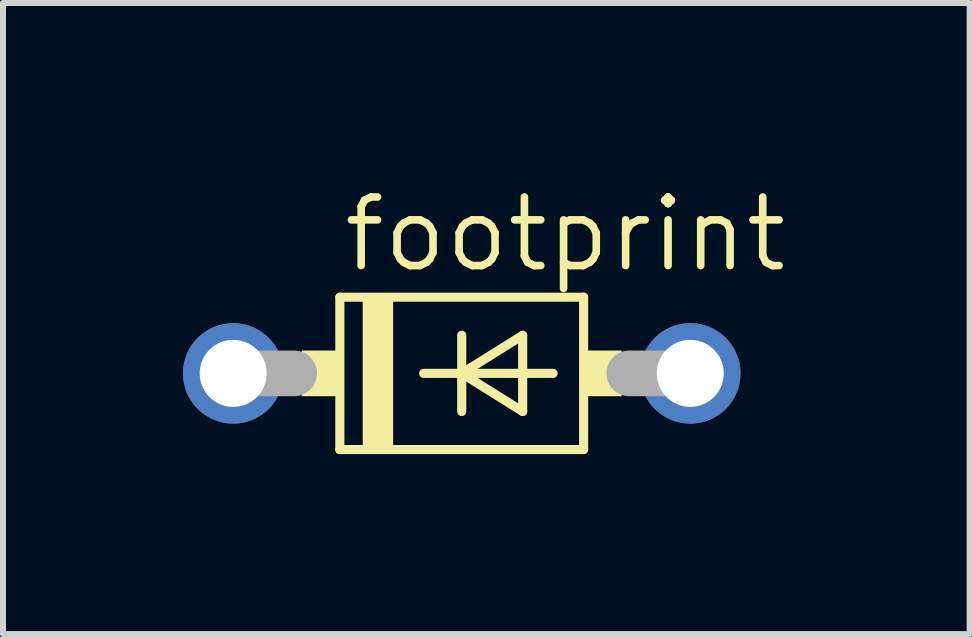
<source format=kicad_pcb>
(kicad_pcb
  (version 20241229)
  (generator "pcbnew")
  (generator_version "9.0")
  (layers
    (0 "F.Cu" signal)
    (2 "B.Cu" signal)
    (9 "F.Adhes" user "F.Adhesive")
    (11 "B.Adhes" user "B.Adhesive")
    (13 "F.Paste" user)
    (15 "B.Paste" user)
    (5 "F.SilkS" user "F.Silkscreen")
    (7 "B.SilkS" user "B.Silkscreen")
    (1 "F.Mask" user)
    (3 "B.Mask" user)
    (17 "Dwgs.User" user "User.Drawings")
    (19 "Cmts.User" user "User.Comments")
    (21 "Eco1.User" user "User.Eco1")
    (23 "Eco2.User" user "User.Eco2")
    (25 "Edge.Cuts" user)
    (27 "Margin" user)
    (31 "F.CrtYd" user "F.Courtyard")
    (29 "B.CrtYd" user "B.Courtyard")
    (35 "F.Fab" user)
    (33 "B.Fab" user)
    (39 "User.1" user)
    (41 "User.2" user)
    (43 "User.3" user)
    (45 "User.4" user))
  (footprint "footprint"
    (layer "F.Cu")
    (at 4.648 3.175)
    (property "Reference" "footprint" (at -2.032 -1.651 0) (layer "F.SilkS") (effects (font (size 1.143 1.143) (thickness 0.127)) (justify left bottom)))
    (fp_line (start -2.032 -1.27) (end -2.032 1.27) (stroke (width 0.152) (type solid)) (layer "F.SilkS"))
    (fp_line (start -2.032 -1.27) (end 2.032 -1.27) (stroke (width 0.152) (type solid)) (layer "F.SilkS"))
    (fp_line (start -0.635 0) (end 0 0) (stroke (width 0.152) (type solid)) (layer "F.SilkS"))
    (fp_line (start 0 -0.635) (end 0 0) (stroke (width 0.152) (type solid)) (layer "F.SilkS"))
    (fp_line (start 0 0) (end 0 0.635) (stroke (width 0.152) (type solid)) (layer "F.SilkS"))
    (fp_line (start 0 0) (end 1.016 -0.635) (stroke (width 0.152) (type solid)) (layer "F.SilkS"))
    (fp_line (start 0 0) (end 1.524 0) (stroke (width 0.152) (type solid)) (layer "F.SilkS"))
    (fp_line (start 1.016 -0.635) (end 1.016 0.635) (stroke (width 0.152) (type solid)) (layer "F.SilkS"))
    (fp_line (start 1.016 0.635) (end 0 0) (stroke (width 0.152) (type solid)) (layer "F.SilkS"))
    (fp_line (start 2.032 1.27) (end -2.032 1.27) (stroke (width 0.152) (type solid)) (layer "F.SilkS"))
    (fp_line (start 2.032 1.27) (end 2.032 -1.27) (stroke (width 0.152) (type solid)) (layer "F.SilkS"))
    (fp_poly (pts (xy -2.667 0.381) (xy -2.032 0.381) (xy -2.032 -0.381) (xy -2.667 -0.381)) (stroke (width 0) (type solid)) (fill yes) (layer "F.SilkS"))
    (fp_poly (pts (xy -1.651 1.27) (xy -1.143 1.27) (xy -1.143 -1.27) (xy -1.651 -1.27)) (stroke (width 0) (type solid)) (fill yes) (layer "F.SilkS"))
    (fp_poly (pts (xy 2.032 0.381) (xy 2.667 0.381) (xy 2.667 -0.381) (xy 2.032 -0.381)) (stroke (width 0) (type solid)) (fill yes) (layer "F.SilkS"))
    (fp_line (start -3.81 0) (end -2.794 0) (stroke (width 0.762) (type solid)) (layer "F.Fab"))
    (fp_line (start 3.81 0) (end 2.794 0) (stroke (width 0.762) (type solid)) (layer "F.Fab"))
    (pad "A" thru_hole circle (at 3.81 0) (size 1.676 1.676) (drill 1.118) (layers "*.Cu" "*.Mask"))
    (pad "C" thru_hole circle (at -3.81 0) (size 1.676 1.676) (drill 1.118) (layers "*.Cu" "*.Mask")))
  (gr_rect
    (start -3 -3)
    (end 13.116 7.521)
    (stroke (width 0.1) (type default))
    (fill no)
    (layer "Edge.Cuts")))
</source>
